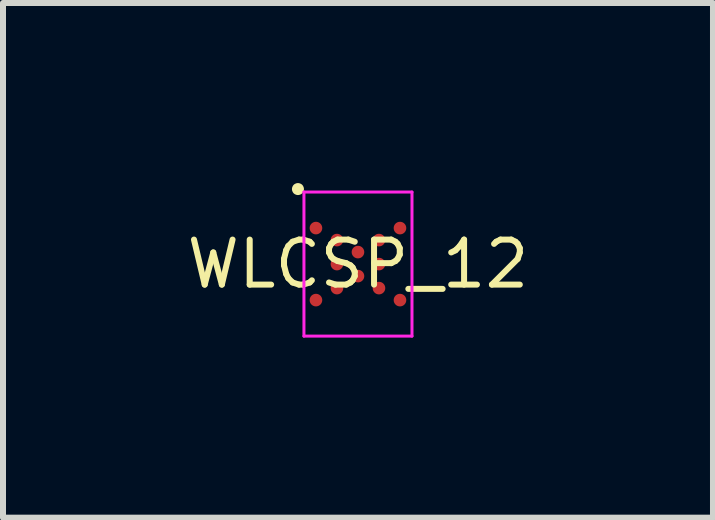
<source format=kicad_pcb>
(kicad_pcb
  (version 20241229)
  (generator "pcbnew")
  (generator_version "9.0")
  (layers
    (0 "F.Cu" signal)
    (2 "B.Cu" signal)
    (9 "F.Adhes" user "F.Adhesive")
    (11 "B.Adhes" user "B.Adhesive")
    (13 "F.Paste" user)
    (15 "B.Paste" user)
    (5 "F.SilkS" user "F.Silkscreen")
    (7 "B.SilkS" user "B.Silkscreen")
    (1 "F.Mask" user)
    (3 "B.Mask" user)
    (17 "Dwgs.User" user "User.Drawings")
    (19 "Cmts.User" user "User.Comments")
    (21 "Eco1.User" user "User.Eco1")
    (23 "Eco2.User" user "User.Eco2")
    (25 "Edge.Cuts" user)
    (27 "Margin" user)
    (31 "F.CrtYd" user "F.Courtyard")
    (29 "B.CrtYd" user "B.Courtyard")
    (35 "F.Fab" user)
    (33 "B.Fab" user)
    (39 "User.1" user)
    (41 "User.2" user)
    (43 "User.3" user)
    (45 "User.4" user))
  (footprint "WLCSP_12"
    (layer "F.Cu")
    (at 2.914 1.35)
    (property "Reference" "WLCSP_12" (at 0 0 0) (layer "F.SilkS") (effects (font (size 0.75 0.75) (thickness 0.1))))
    (fp_poly (pts (xy -0.9 -1.25) (xy -0.902 -1.27) (xy -0.908 -1.288) (xy -0.917 -1.306) (xy -0.929 -1.321) (xy -0.944 -1.333) (xy -0.962 -1.342) (xy -0.98 -1.348) (xy -1 -1.35) (xy -1.02 -1.348) (xy -1.038 -1.342) (xy -1.056 -1.333) (xy -1.071 -1.321) (xy -1.083 -1.306) (xy -1.092 -1.288) (xy -1.098 -1.27) (xy -1.1 -1.25) (xy -1.098 -1.23) (xy -1.092 -1.212) (xy -1.083 -1.194) (xy -1.071 -1.179) (xy -1.056 -1.167) (xy -1.038 -1.158) (xy -1.02 -1.152) (xy -1 -1.15) (xy -0.98 -1.152) (xy -0.962 -1.158) (xy -0.944 -1.167) (xy -0.929 -1.179) (xy -0.917 -1.194) (xy -0.908 -1.212) (xy -0.902 -1.23)) (stroke (width 0) (type solid)) (fill yes) (layer "F.SilkS"))
    (fp_line (start -0.9 -1.2) (end -0.9 1.2) (stroke (width 0.05) (type solid)) (layer "F.CrtYd"))
    (fp_line (start -0.9 1.2) (end 0.9 1.2) (stroke (width 0.05) (type solid)) (layer "F.CrtYd"))
    (fp_line (start 0.9 -1.2) (end -0.9 -1.2) (stroke (width 0.05) (type solid)) (layer "F.CrtYd"))
    (fp_line (start 0.9 1.2) (end 0.9 -1.2) (stroke (width 0.05) (type solid)) (layer "F.CrtYd"))
    (pad "A1" smd circle (at 0.7 -0.6) (size 0.21 0.21) (layers "F.Cu" "F.Mask" "F.Paste"))
    (pad "A5" smd circle (at -0.7 -0.6) (size 0.21 0.21) (layers "F.Cu" "F.Mask" "F.Paste"))
    (pad "B2" smd circle (at 0.35 -0.4) (size 0.21 0.21) (layers "F.Cu" "F.Mask" "F.Paste"))
    (pad "B4" smd circle (at -0.35 -0.4) (size 0.21 0.21) (layers "F.Cu" "F.Mask" "F.Paste"))
    (pad "C3" smd circle (at 0 -0.2) (size 0.21 0.21) (layers "F.Cu" "F.Mask" "F.Paste"))
    (pad "D2" smd circle (at 0.35 0) (size 0.21 0.21) (layers "F.Cu" "F.Mask" "F.Paste"))
    (pad "D4" smd circle (at -0.35 0) (size 0.21 0.21) (layers "F.Cu" "F.Mask" "F.Paste"))
    (pad "E3" smd circle (at 0 0.2) (size 0.21 0.21) (layers "F.Cu" "F.Mask" "F.Paste"))
    (pad "F2" smd circle (at 0.35 0.4) (size 0.21 0.21) (layers "F.Cu" "F.Mask" "F.Paste"))
    (pad "F4" smd circle (at -0.35 0.4) (size 0.21 0.21) (layers "F.Cu" "F.Mask" "F.Paste"))
    (pad "G1" smd circle (at 0.7 0.6) (size 0.21 0.21) (layers "F.Cu" "F.Mask" "F.Paste"))
    (pad "G5" smd circle (at -0.7 0.6) (size 0.21 0.21) (layers "F.Cu" "F.Mask" "F.Paste")))
  (gr_rect
    (start -3 -3)
    (end 8.829 5.575)
    (stroke (width 0.1) (type default))
    (fill no)
    (layer "Edge.Cuts")))
</source>
